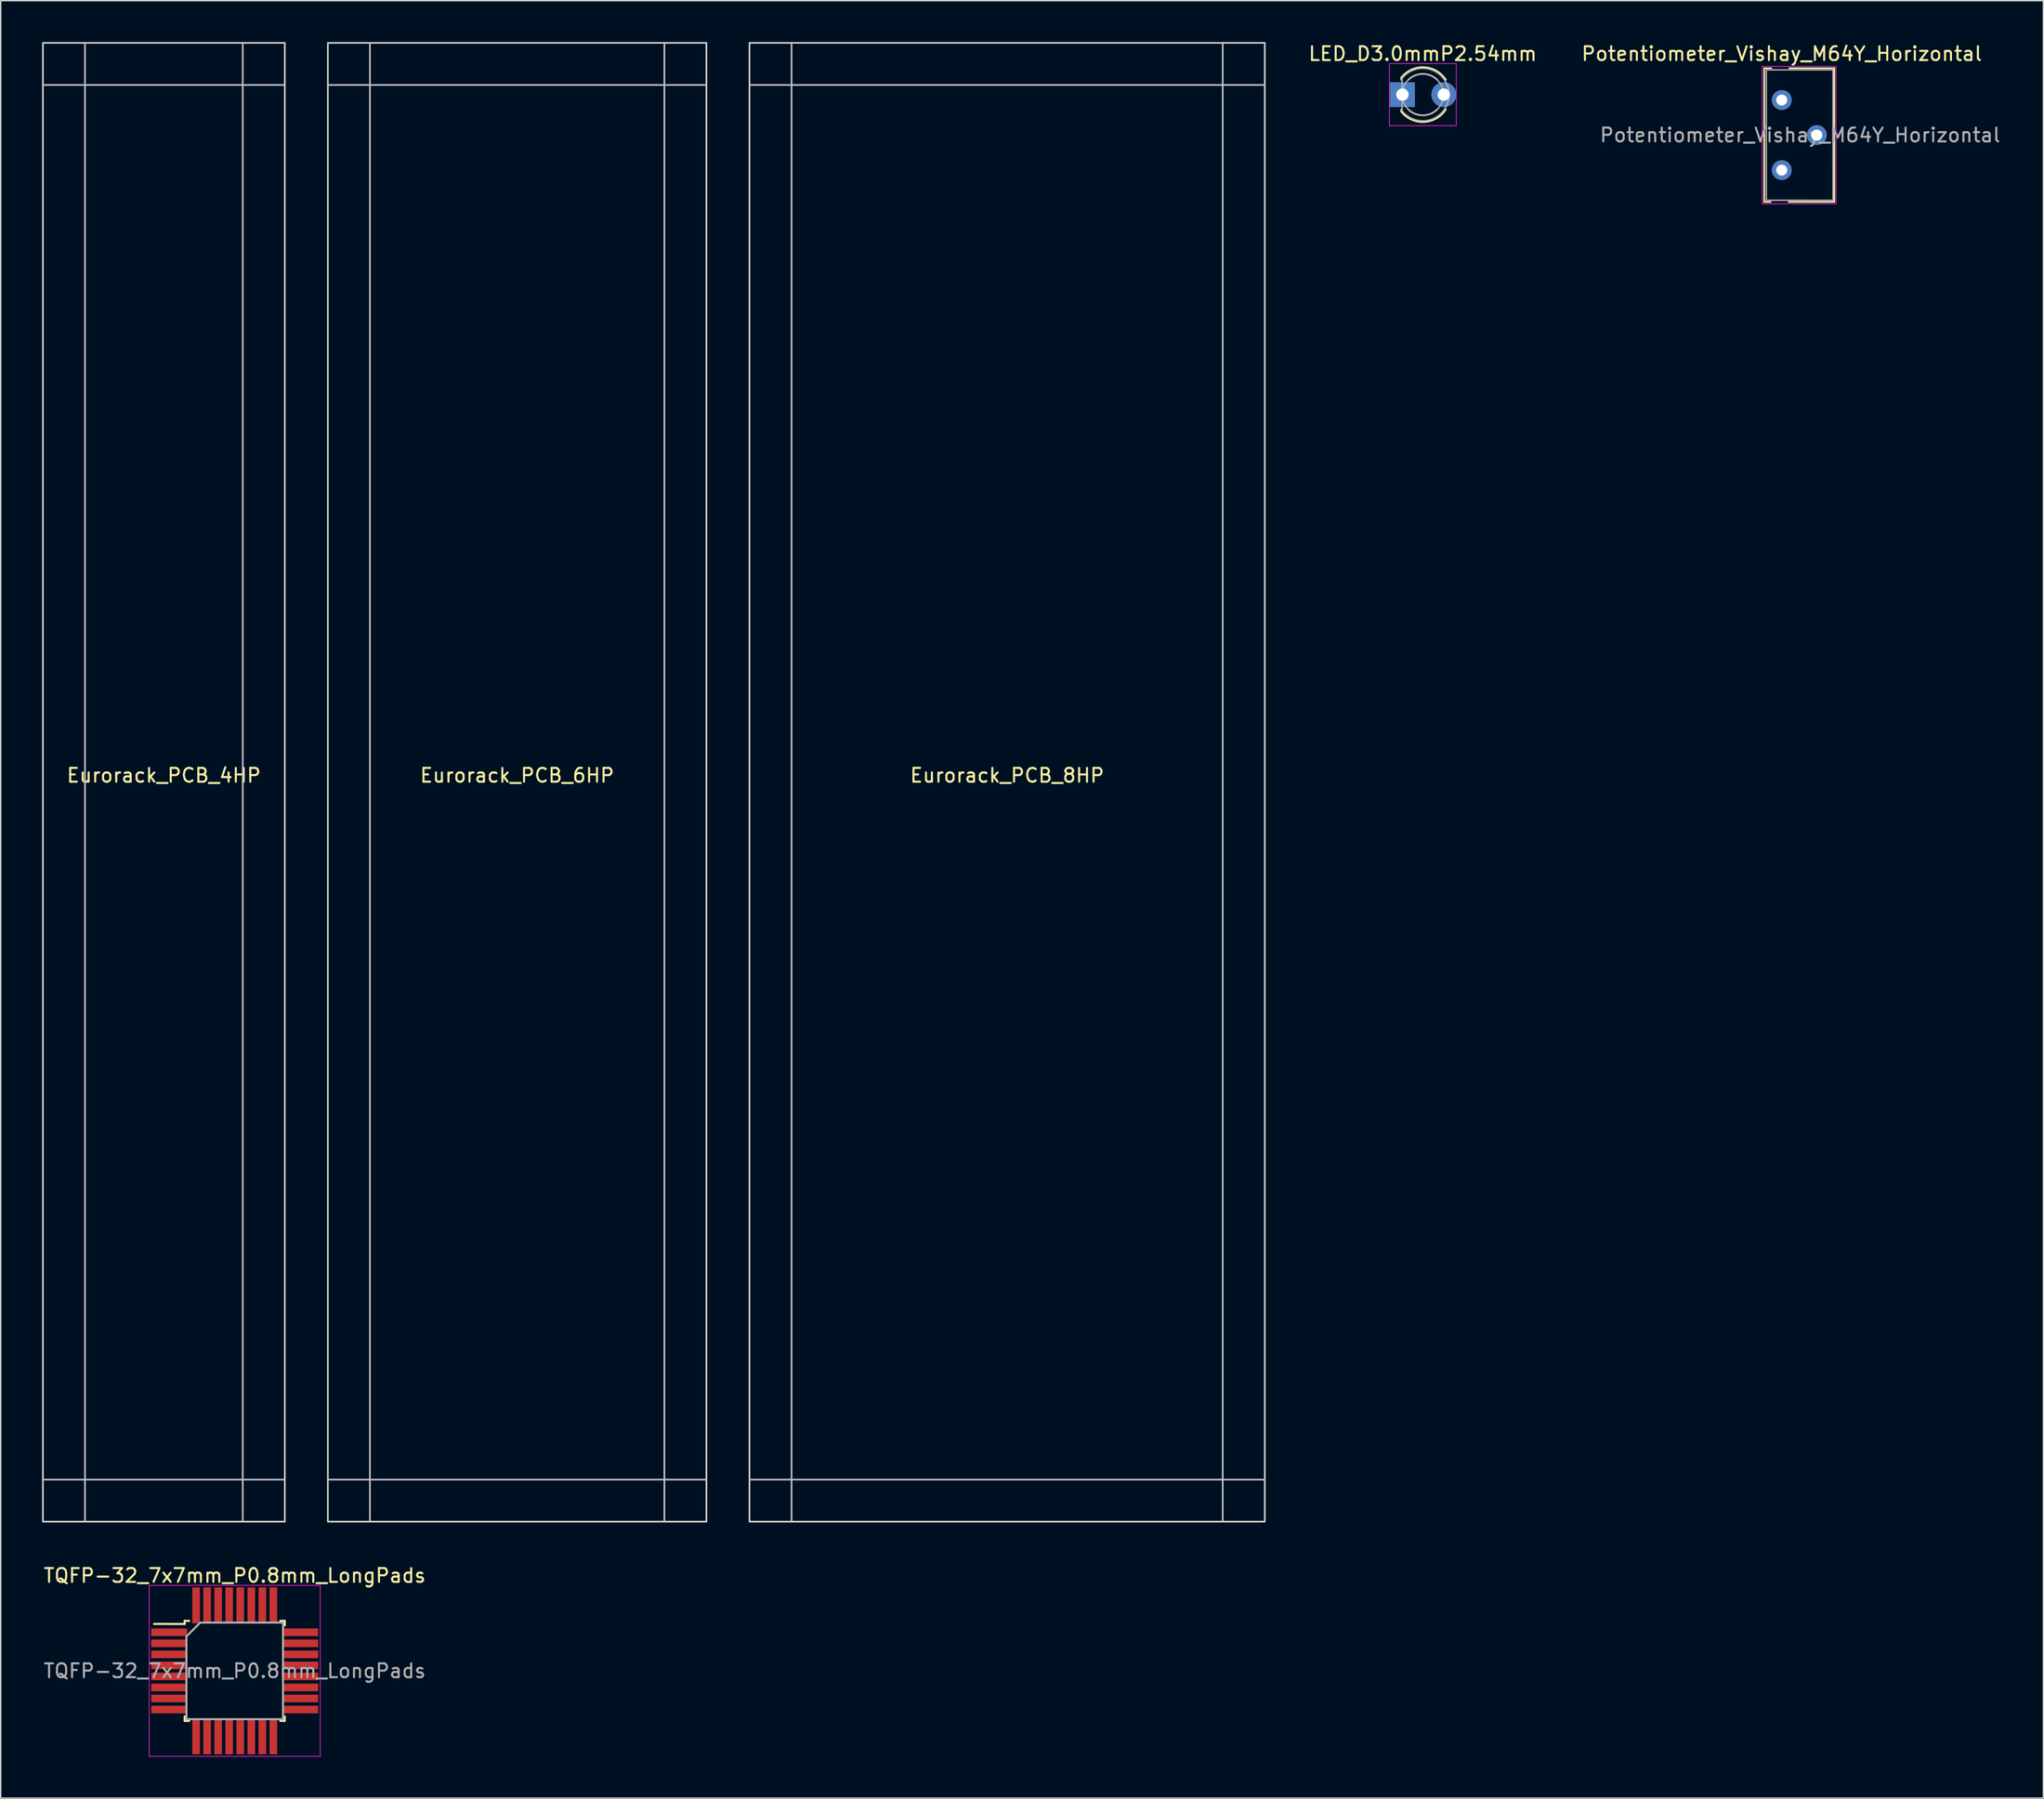
<source format=kicad_pcb>
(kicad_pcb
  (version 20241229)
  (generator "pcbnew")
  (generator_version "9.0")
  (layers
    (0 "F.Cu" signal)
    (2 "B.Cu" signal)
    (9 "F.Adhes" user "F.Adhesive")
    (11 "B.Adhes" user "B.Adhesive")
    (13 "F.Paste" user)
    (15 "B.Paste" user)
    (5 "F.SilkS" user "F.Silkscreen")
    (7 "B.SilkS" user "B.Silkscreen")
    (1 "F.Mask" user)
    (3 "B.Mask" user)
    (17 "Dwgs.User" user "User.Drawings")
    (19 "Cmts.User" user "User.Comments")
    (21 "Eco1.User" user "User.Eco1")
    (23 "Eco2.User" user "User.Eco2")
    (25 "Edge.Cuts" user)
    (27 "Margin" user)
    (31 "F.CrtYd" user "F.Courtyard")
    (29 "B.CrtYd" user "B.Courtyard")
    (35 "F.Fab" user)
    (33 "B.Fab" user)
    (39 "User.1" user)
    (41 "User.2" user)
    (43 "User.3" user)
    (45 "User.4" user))
  (footprint "TQFP-32_7x7mm_P0.8mm_LongPads"
    (layer "F.Cu")
    (at 13.958 118.065)
    (property "Reference" "TQFP-32_7x7mm_P0.8mm_LongPads" (at 0 -6.909 0) (layer "F.SilkS") (effects (font (size 1 1) (thickness 0.15))))
    (attr smd)
    (fp_line (start -3.625 -3.625) (end -3.625 -3.4) (stroke (width 0.15) (type solid)) (layer "F.SilkS"))
    (fp_line (start -3.625 -3.625) (end -3.3 -3.625) (stroke (width 0.15) (type solid)) (layer "F.SilkS"))
    (fp_line (start -3.625 -3.4) (end -5.842 -3.404) (stroke (width 0.15) (type solid)) (layer "F.SilkS"))
    (fp_line (start -3.625 3.625) (end -3.625 3.3) (stroke (width 0.15) (type solid)) (layer "F.SilkS"))
    (fp_line (start -3.625 3.625) (end -3.3 3.625) (stroke (width 0.15) (type solid)) (layer "F.SilkS"))
    (fp_line (start 3.625 -3.625) (end 3.3 -3.625) (stroke (width 0.15) (type solid)) (layer "F.SilkS"))
    (fp_line (start 3.625 -3.625) (end 3.625 -3.3) (stroke (width 0.15) (type solid)) (layer "F.SilkS"))
    (fp_line (start 3.625 3.625) (end 3.3 3.625) (stroke (width 0.15) (type solid)) (layer "F.SilkS"))
    (fp_line (start 3.625 3.625) (end 3.625 3.3) (stroke (width 0.15) (type solid)) (layer "F.SilkS"))
    (fp_line (start -6.198 -6.198) (end -6.198 6.198) (stroke (width 0.05) (type solid)) (layer "F.CrtYd"))
    (fp_line (start -6.198 -6.198) (end 6.198 -6.198) (stroke (width 0.05) (type solid)) (layer "F.CrtYd"))
    (fp_line (start -6.198 6.198) (end 6.198 6.198) (stroke (width 0.05) (type solid)) (layer "F.CrtYd"))
    (fp_line (start 6.198 -6.198) (end 6.198 6.198) (stroke (width 0.05) (type solid)) (layer "F.CrtYd"))
    (fp_line (start -3.5 -2.5) (end -2.5 -3.5) (stroke (width 0.15) (type solid)) (layer "F.Fab"))
    (fp_line (start -3.5 3.5) (end -3.5 -2.5) (stroke (width 0.15) (type solid)) (layer "F.Fab"))
    (fp_line (start -2.5 -3.5) (end 3.5 -3.5) (stroke (width 0.15) (type solid)) (layer "F.Fab"))
    (fp_line (start 3.5 -3.5) (end 3.5 3.5) (stroke (width 0.15) (type solid)) (layer "F.Fab"))
    (fp_line (start 3.5 3.5) (end -3.5 3.5) (stroke (width 0.15) (type solid)) (layer "F.Fab"))
    (fp_text user "${REFERENCE}" (at 0 0 0) (layer "F.Fab") (effects (font (size 1 1) (thickness 0.15))))
    (pad "1" smd rect (at -4.75 -2.8) (size 2.6 0.55) (layers "F.Cu" "F.Mask" "F.Paste"))
    (pad "2" smd rect (at -4.75 -2) (size 2.6 0.55) (layers "F.Cu" "F.Mask" "F.Paste"))
    (pad "3" smd rect (at -4.75 -1.2) (size 2.6 0.55) (layers "F.Cu" "F.Mask" "F.Paste"))
    (pad "4" smd rect (at -4.75 -0.4) (size 2.6 0.55) (layers "F.Cu" "F.Mask" "F.Paste"))
    (pad "5" smd rect (at -4.75 0.4) (size 2.6 0.55) (layers "F.Cu" "F.Mask" "F.Paste"))
    (pad "6" smd rect (at -4.75 1.2) (size 2.6 0.55) (layers "F.Cu" "F.Mask" "F.Paste"))
    (pad "7" smd rect (at -4.75 2) (size 2.6 0.55) (layers "F.Cu" "F.Mask" "F.Paste"))
    (pad "8" smd rect (at -4.75 2.8) (size 2.6 0.55) (layers "F.Cu" "F.Mask" "F.Paste"))
    (pad "9" smd rect (at -2.8 4.75 90) (size 2.6 0.55) (layers "F.Cu" "F.Mask" "F.Paste"))
    (pad "10" smd rect (at -2 4.75 90) (size 2.6 0.55) (layers "F.Cu" "F.Mask" "F.Paste"))
    (pad "11" smd rect (at -1.2 4.75 90) (size 2.6 0.55) (layers "F.Cu" "F.Mask" "F.Paste"))
    (pad "12" smd rect (at -0.4 4.75 90) (size 2.6 0.55) (layers "F.Cu" "F.Mask" "F.Paste"))
    (pad "13" smd rect (at 0.4 4.75 90) (size 2.6 0.55) (layers "F.Cu" "F.Mask" "F.Paste"))
    (pad "14" smd rect (at 1.2 4.75 90) (size 2.6 0.55) (layers "F.Cu" "F.Mask" "F.Paste"))
    (pad "15" smd rect (at 2 4.75 90) (size 2.6 0.55) (layers "F.Cu" "F.Mask" "F.Paste"))
    (pad "16" smd rect (at 2.8 4.75 90) (size 2.6 0.55) (layers "F.Cu" "F.Mask" "F.Paste"))
    (pad "17" smd rect (at 4.75 2.8) (size 2.6 0.55) (layers "F.Cu" "F.Mask" "F.Paste"))
    (pad "18" smd rect (at 4.75 2) (size 2.6 0.55) (layers "F.Cu" "F.Mask" "F.Paste"))
    (pad "19" smd rect (at 4.75 1.2) (size 2.6 0.55) (layers "F.Cu" "F.Mask" "F.Paste"))
    (pad "20" smd rect (at 4.75 0.4) (size 2.6 0.55) (layers "F.Cu" "F.Mask" "F.Paste"))
    (pad "21" smd rect (at 4.75 -0.4) (size 2.6 0.55) (layers "F.Cu" "F.Mask" "F.Paste"))
    (pad "22" smd rect (at 4.75 -1.2) (size 2.6 0.55) (layers "F.Cu" "F.Mask" "F.Paste"))
    (pad "23" smd rect (at 4.75 -2) (size 2.6 0.55) (layers "F.Cu" "F.Mask" "F.Paste"))
    (pad "24" smd rect (at 4.75 -2.8) (size 2.6 0.55) (layers "F.Cu" "F.Mask" "F.Paste"))
    (pad "25" smd rect (at 2.8 -4.75 90) (size 2.6 0.55) (layers "F.Cu" "F.Mask" "F.Paste"))
    (pad "26" smd rect (at 2 -4.75 90) (size 2.6 0.55) (layers "F.Cu" "F.Mask" "F.Paste"))
    (pad "27" smd rect (at 1.2 -4.75 90) (size 2.6 0.55) (layers "F.Cu" "F.Mask" "F.Paste"))
    (pad "28" smd rect (at 0.4 -4.75 90) (size 2.6 0.55) (layers "F.Cu" "F.Mask" "F.Paste"))
    (pad "29" smd rect (at -0.4 -4.75 90) (size 2.6 0.55) (layers "F.Cu" "F.Mask" "F.Paste"))
    (pad "30" smd rect (at -1.2 -4.75 90) (size 2.6 0.55) (layers "F.Cu" "F.Mask" "F.Paste"))
    (pad "31" smd rect (at -2 -4.75 90) (size 2.6 0.55) (layers "F.Cu" "F.Mask" "F.Paste"))
    (pad "32" smd rect (at -2.8 -4.75 90) (size 2.6 0.55) (layers "F.Cu" "F.Mask" "F.Paste")))
  (footprint "LED_D3.0mmP2.54mm"
    (layer "F.Cu")
    (at 98.57 3.808)
    (property "Reference" "LED_D3.0mmP2.54mm" (at 1.473 -2.96 0) (layer "F.SilkS") (effects (font (size 1 1) (thickness 0.15))))
    (attr through_hole)
    (fp_line (start -0.087 -1.236) (end -0.087 -1.08) (stroke (width 0.12) (type solid)) (layer "F.SilkS"))
    (fp_line (start -0.087 1.08) (end -0.087 1.236) (stroke (width 0.12) (type solid)) (layer "F.SilkS"))
    (fp_arc (start -0.0868 -1.235516) (mid 1.569687 -1.987659) (end 3.145535 -1.078608) (stroke (width 0.12) (type solid)) (layer "F.SilkS"))
    (fp_arc (start 0.432239 -1.08) (mid 1.473317 -1.5) (end 2.51433 -1.079837) (stroke (width 0.12) (type solid)) (layer "F.SilkS"))
    (fp_arc (start 2.51433 1.079837) (mid 1.473317 1.5) (end 0.432239 1.08) (stroke (width 0.12) (type solid)) (layer "F.SilkS"))
    (fp_arc (start 3.145535 1.078608) (mid 1.569687 1.987659) (end -0.0868 1.235516) (stroke (width 0.12) (type solid)) (layer "F.SilkS"))
    (fp_line (start -0.947 -2.25) (end -0.947 2.25) (stroke (width 0.05) (type solid)) (layer "F.CrtYd"))
    (fp_line (start -0.947 2.25) (end 3.903 2.25) (stroke (width 0.05) (type solid)) (layer "F.CrtYd"))
    (fp_line (start 3.903 -2.25) (end -0.947 -2.25) (stroke (width 0.05) (type solid)) (layer "F.CrtYd"))
    (fp_line (start 3.903 2.25) (end 3.903 -2.25) (stroke (width 0.05) (type solid)) (layer "F.CrtYd"))
    (fp_line (start -0.027 -1.166) (end -0.027 1.166) (stroke (width 0.1) (type solid)) (layer "F.Fab"))
    (fp_arc (start -0.0268 -1.16619) (mid 3.3732 0.000452) (end -0.027355 1.165476) (stroke (width 0.1) (type solid)) (layer "F.Fab"))
    (fp_circle (center 1.473 0) (end 2.973 0) (stroke (width 0.1) (type solid)) (fill no) (layer "F.Fab"))
    (pad "1" thru_hole rect (at 0 0) (size 1.8 1.8) (drill 0.9) (layers "*.Cu" "*.Mask"))
    (pad "2" thru_hole circle (at 2.997 0) (size 1.8 1.8) (drill 0.9) (layers "*.Cu" "*.Mask")))
  (footprint "Eurorack_PCB_4HP"
    (layer "F.Cu")
    (at 8.823 53.654)
    (property "Reference" "Eurorack_PCB_4HP" (at 0 -0.5 0) (unlocked yes) (layer "F.SilkS") (effects (font (size 1 1) (thickness 0.15))))
    (attr board_only exclude_from_pos_files exclude_from_bom)
    (fp_line (start -5.715 -53.594) (end -5.715 53.594) (stroke (width 0.12) (type solid)) (layer "Dwgs.User"))
    (fp_line (start 5.715 -53.594) (end 5.715 53.594) (stroke (width 0.12) (type solid)) (layer "Dwgs.User"))
    (fp_line (start 8.763 -50.546) (end -8.763 -50.546) (stroke (width 0.12) (type solid)) (layer "Dwgs.User"))
    (fp_line (start 8.763 50.546) (end -8.763 50.546) (stroke (width 0.12) (type solid)) (layer "Dwgs.User"))
    (fp_rect (start 8.763 53.594) (end -8.763 -53.594) (stroke (width 0.12) (type solid)) (fill no) (layer "Edge.Cuts")))
  (footprint "Potentiometer_Vishay_M64Y_Horizontal"
    (layer "F.Cu")
    (at 126.055 4.201)
    (property "Reference" "Potentiometer_Vishay_M64Y_Horizontal" (at 0 -3.353 0) (layer "F.SilkS") (effects (font (size 1 1) (thickness 0.15))))
    (attr through_hole)
    (fp_line (start -1.27 -2.302) (end -1.27 7.382) (stroke (width 0.12) (type solid)) (layer "F.SilkS"))
    (fp_line (start -1.27 -2.302) (end -0.752 -2.302) (stroke (width 0.12) (type solid)) (layer "F.SilkS"))
    (fp_line (start -1.27 7.382) (end -0.802 7.382) (stroke (width 0.12) (type solid)) (layer "F.SilkS"))
    (fp_line (start 0.498 7.382) (end 3.759 7.382) (stroke (width 0.12) (type solid)) (layer "F.SilkS"))
    (fp_line (start 0.548 -2.302) (end 3.81 -2.302) (stroke (width 0.12) (type solid)) (layer "F.SilkS"))
    (fp_line (start 3.81 -2.302) (end 3.81 7.382) (stroke (width 0.12) (type solid)) (layer "F.SilkS"))
    (fp_line (start -1.422 -2.438) (end -1.422 7.518) (stroke (width 0.05) (type solid)) (layer "F.CrtYd"))
    (fp_line (start -1.422 7.518) (end 3.942 7.518) (stroke (width 0.05) (type solid)) (layer "F.CrtYd"))
    (fp_line (start 3.942 -2.438) (end -1.422 -2.438) (stroke (width 0.05) (type solid)) (layer "F.CrtYd"))
    (fp_line (start 3.942 7.518) (end 3.942 -2.438) (stroke (width 0.05) (type solid)) (layer "F.CrtYd"))
    (fp_line (start -1.118 -2.184) (end 3.712 -2.184) (stroke (width 0.1) (type solid)) (layer "F.Fab"))
    (fp_line (start -1.118 7.264) (end -1.118 -2.184) (stroke (width 0.1) (type solid)) (layer "F.Fab"))
    (fp_line (start 3.708 -2.184) (end 3.712 7.266) (stroke (width 0.1) (type solid)) (layer "F.Fab"))
    (fp_line (start 3.712 7.266) (end -1.118 7.264) (stroke (width 0.1) (type solid)) (layer "F.Fab"))
    (fp_text user "${REFERENCE}" (at 1.33 2.54 0) (layer "F.Fab") (effects (font (size 1 1) (thickness 0.15))))
    (pad "1" thru_hole circle (at 0 0) (size 1.44 1.44) (drill 0.8) (layers "*.Cu" "*.Mask"))
    (pad "2" thru_hole circle (at 2.54 2.54) (size 1.44 1.44) (drill 0.8) (layers "*.Cu" "*.Mask"))
    (pad "3" thru_hole circle (at 0 5.08) (size 1.44 1.44) (drill 0.8) (layers "*.Cu" "*.Mask")))
  (footprint "Eurorack_PCB_8HP"
    (layer "F.Cu")
    (at 69.927 53.654)
    (property "Reference" "Eurorack_PCB_8HP" (at 0 -0.5 0) (unlocked yes) (layer "F.SilkS") (effects (font (size 1 1) (thickness 0.15))))
    (attr board_only exclude_from_pos_files exclude_from_bom)
    (fp_line (start -15.621 -53.594) (end -15.621 53.594) (stroke (width 0.12) (type solid)) (layer "Dwgs.User"))
    (fp_line (start 15.621 -53.594) (end 15.621 53.594) (stroke (width 0.12) (type solid)) (layer "Dwgs.User"))
    (fp_line (start 18.669 -50.546) (end -18.669 -50.546) (stroke (width 0.12) (type solid)) (layer "Dwgs.User"))
    (fp_line (start 18.669 50.546) (end -18.669 50.546) (stroke (width 0.12) (type solid)) (layer "Dwgs.User"))
    (fp_rect (start 18.669 53.594) (end -18.669 -53.594) (stroke (width 0.12) (type solid)) (fill no) (layer "Edge.Cuts")))
  (footprint "Eurorack_PCB_6HP"
    (layer "F.Cu")
    (at 34.422 53.654)
    (property "Reference" "Eurorack_PCB_6HP" (at 0 -0.5 0) (unlocked yes) (layer "F.SilkS") (effects (font (size 1 1) (thickness 0.15))))
    (attr board_only exclude_from_pos_files exclude_from_bom)
    (fp_line (start -10.668 -53.594) (end -10.668 53.594) (stroke (width 0.12) (type solid)) (layer "Dwgs.User"))
    (fp_line (start 10.668 -53.594) (end 10.668 53.594) (stroke (width 0.12) (type solid)) (layer "Dwgs.User"))
    (fp_line (start 13.716 -50.546) (end -13.716 -50.546) (stroke (width 0.12) (type solid)) (layer "Dwgs.User"))
    (fp_line (start 13.716 50.546) (end -13.716 50.546) (stroke (width 0.12) (type solid)) (layer "Dwgs.User"))
    (fp_rect (start 13.716 53.594) (end -13.716 -53.594) (stroke (width 0.12) (type solid)) (fill no) (layer "Edge.Cuts")))
  (gr_rect
    (start -3 -3)
    (end 145.01 127.288)
    (stroke (width 0.1) (type default))
    (fill no)
    (layer "Edge.Cuts")))
</source>
